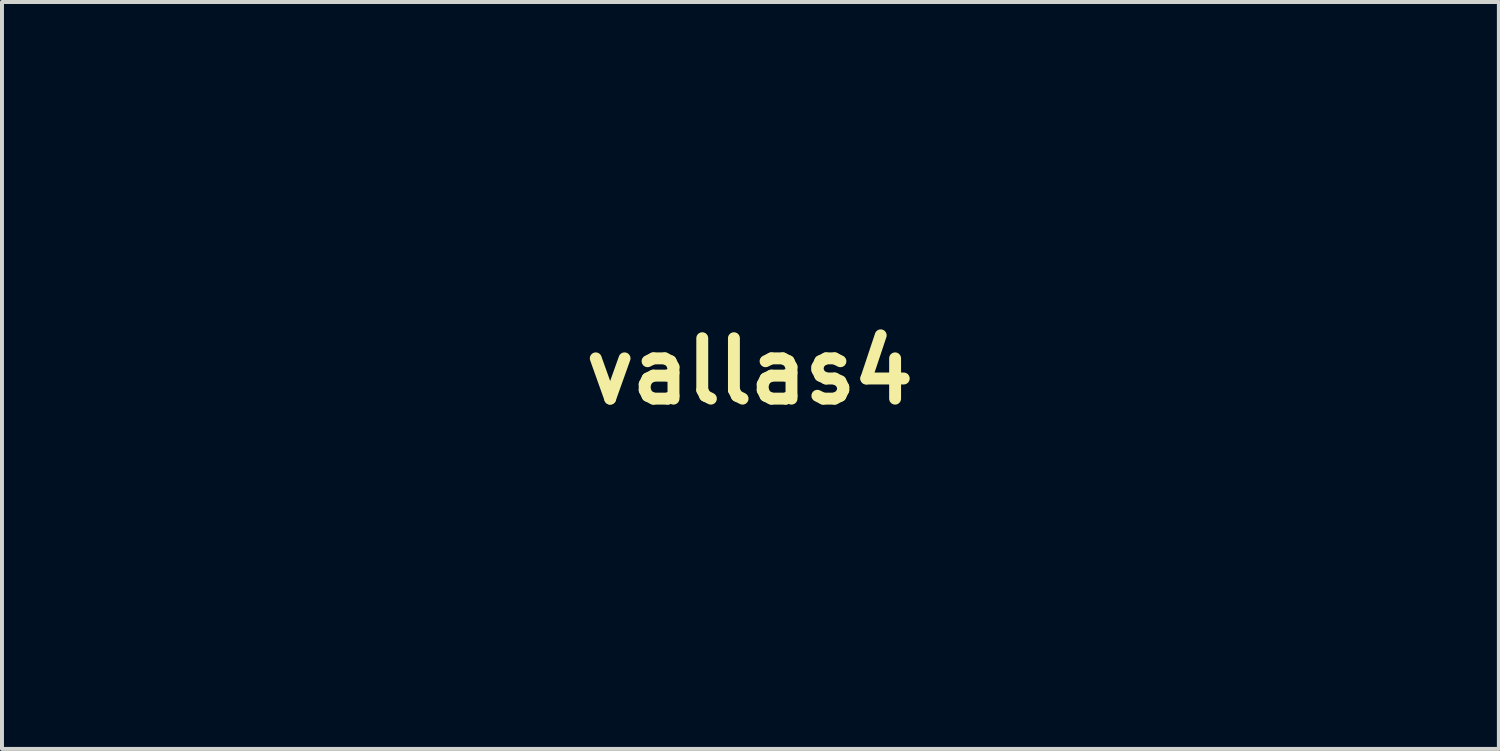
<source format=kicad_pcb>
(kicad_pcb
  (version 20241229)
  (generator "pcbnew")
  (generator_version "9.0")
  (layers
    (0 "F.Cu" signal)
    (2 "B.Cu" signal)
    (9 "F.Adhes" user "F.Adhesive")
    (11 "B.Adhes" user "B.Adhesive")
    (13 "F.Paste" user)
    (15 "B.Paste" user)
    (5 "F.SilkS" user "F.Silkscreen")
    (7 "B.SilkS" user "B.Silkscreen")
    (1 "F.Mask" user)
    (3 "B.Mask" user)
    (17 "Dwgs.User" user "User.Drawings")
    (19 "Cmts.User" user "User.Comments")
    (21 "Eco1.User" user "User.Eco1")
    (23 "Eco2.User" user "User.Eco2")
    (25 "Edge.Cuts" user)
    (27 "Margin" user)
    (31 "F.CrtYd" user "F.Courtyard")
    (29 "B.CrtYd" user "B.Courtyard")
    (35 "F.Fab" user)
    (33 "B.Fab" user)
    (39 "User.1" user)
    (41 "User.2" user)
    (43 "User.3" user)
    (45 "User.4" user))
  (footprint "vallas4"
    (layer "F.Cu")
    (at 15.854 6.312)
    (property "Reference" "vallas4" (at 0 0 0) (layer "F.SilkS") (effects (font (size 1.524 1.524) (thickness 0.3))))
    (attr through_hole)
    (fp_poly (pts (xy 1.151 1.262) (xy 1.22 1.839) (xy 1.261 2.742) (xy 1.27 3.59) (xy 1.27 6.121) (xy 4.763 6.264) (xy 0.847 6.35) (xy 0.847 3.704) (xy 0.863 2.558) (xy 0.909 1.706) (xy 0.982 1.193) (xy 1.058 1.058) (xy 1.151 1.262)) (stroke (width 0.01) (type solid)) (fill no) (layer "Eco2.User"))
    (fp_poly (pts (xy -3.505 1.262) (xy -3.437 1.839) (xy -3.396 2.742) (xy -3.387 3.59) (xy -3.387 6.121) (xy 0.106 6.264) (xy -1.852 6.307) (xy -3.81 6.35) (xy -3.81 3.704) (xy -3.794 2.558) (xy -3.747 1.706) (xy -3.674 1.193) (xy -3.598 1.058) (xy -3.505 1.262)) (stroke (width 0.01) (type solid)) (fill no) (layer "Eco2.User"))
    (fp_poly (pts (xy 8.491 1.324) (xy 8.769 1.824) (xy 9.134 2.533) (xy 9.544 3.362) (xy 9.955 4.223) (xy 10.324 5.026) (xy 10.609 5.684) (xy 10.767 6.107) (xy 10.785 6.191) (xy 10.634 6.345) (xy 10.583 6.35) (xy 10.378 6.206) (xy 10.372 6.162) (xy 10.286 5.905) (xy 10.054 5.352) (xy 9.711 4.585) (xy 9.338 3.781) (xy 8.303 1.587) (xy 7.186 3.969) (xy 6.746 4.876) (xy 6.356 5.624) (xy 6.056 6.14) (xy 5.887 6.349) (xy 5.88 6.35) (xy 5.757 6.226) (xy 5.77 6.191) (xy 5.884 5.948) (xy 6.138 5.398) (xy 6.495 4.619) (xy 6.92 3.688) (xy 6.987 3.541) (xy 7.427 2.617) (xy 7.823 1.859) (xy 8.135 1.338) (xy 8.324 1.123) (xy 8.342 1.123) (xy 8.491 1.324)) (stroke (width 0.01) (type solid)) (fill no) (layer "Eco2.User"))
    (fp_poly (pts (xy -10.164 1.243) (xy -10.289 1.679) (xy -10.547 2.335) (xy -10.7 2.68) (xy -11.117 3.598) (xy -11.527 4.512) (xy -11.852 5.247) (xy -11.894 5.345) (xy -12.184 5.915) (xy -12.452 6.279) (xy -12.573 6.35) (xy -12.744 6.167) (xy -13.04 5.665) (xy -13.422 4.918) (xy -13.852 3.997) (xy -13.942 3.794) (xy -14.35 2.839) (xy -14.673 2.027) (xy -14.882 1.433) (xy -14.95 1.133) (xy -14.944 1.115) (xy -14.838 1.188) (xy -14.626 1.539) (xy -14.295 2.193) (xy -13.834 3.174) (xy -13.229 4.507) (xy -12.84 5.379) (xy -12.721 5.624) (xy -12.611 5.722) (xy -12.474 5.624) (xy -12.276 5.285) (xy -11.981 4.656) (xy -11.554 3.691) (xy -11.511 3.594) (xy -11.087 2.667) (xy -10.701 1.892) (xy -10.393 1.347) (xy -10.206 1.109) (xy -10.199 1.107) (xy -10.164 1.243)) (stroke (width 0.01) (type solid)) (fill no) (layer "Eco2.User"))
    (fp_poly (pts (xy -6.075 -6.116) (xy -5.562 -6.023) (xy -5.188 -5.819) (xy -4.941 -5.595) (xy -4.57 -5.123) (xy -4.493 -4.644) (xy -4.532 -4.381) (xy -4.754 -3.722) (xy -5.157 -3.311) (xy -5.83 -3.085) (xy -6.445 -3.008) (xy -7.62 -2.911) (xy -7.62 -1.561) (xy -7.642 -0.798) (xy -7.72 -0.377) (xy -7.873 -0.219) (xy -7.938 -0.212) (xy -8.066 -0.271) (xy -8.155 -0.489) (xy -8.212 -0.927) (xy -8.243 -1.646) (xy -8.254 -2.705) (xy -8.255 -3.175) (xy -8.255 -5.503) (xy -7.62 -5.503) (xy -7.62 -3.598) (xy -6.683 -3.598) (xy -5.934 -3.683) (xy -5.436 -3.909) (xy -5.413 -3.931) (xy -5.122 -4.338) (xy -5.149 -4.769) (xy -5.299 -5.094) (xy -5.543 -5.355) (xy -5.987 -5.478) (xy -6.569 -5.503) (xy -7.62 -5.503) (xy -8.255 -5.503) (xy -8.255 -6.138) (xy -6.87 -6.138) (xy -6.075 -6.116)) (stroke (width 0.01) (type solid)) (fill no) (layer "Eco2.User"))
    (fp_poly (pts (xy -7.092 1.24) (xy -6.809 1.737) (xy -6.432 2.476) (xy -6 3.386) (xy -5.927 3.545) (xy -5.493 4.495) (xy -5.12 5.307) (xy -4.844 5.903) (xy -4.702 6.205) (xy -4.695 6.219) (xy -4.751 6.339) (xy -4.848 6.322) (xy -5.032 6.105) (xy -5.336 5.582) (xy -5.717 4.837) (xy -6.048 4.129) (xy -6.45 3.254) (xy -6.802 2.522) (xy -7.062 2.021) (xy -7.173 1.844) (xy -7.32 1.956) (xy -7.593 2.391) (xy -7.953 3.08) (xy -8.362 3.954) (xy -8.384 4.003) (xy -8.796 4.905) (xy -9.158 5.646) (xy -9.431 6.151) (xy -9.576 6.344) (xy -9.578 6.344) (xy -9.737 6.264) (xy -9.737 6.262) (xy -9.651 5.96) (xy -9.42 5.388) (xy -9.086 4.634) (xy -8.691 3.782) (xy -8.275 2.92) (xy -7.879 2.133) (xy -7.545 1.508) (xy -7.315 1.13) (xy -7.242 1.058) (xy -7.092 1.24)) (stroke (width 0.01) (type solid)) (fill no) (layer "Eco2.User"))
    (fp_poly (pts (xy 0.185 -6.284) (xy 1.141 -5.934) (xy 1.937 -5.303) (xy 2.497 -4.434) (xy 2.746 -3.374) (xy 2.752 -3.175) (xy 2.566 -2.079) (xy 2.059 -1.175) (xy 1.304 -0.506) (xy 0.377 -0.114) (xy -0.649 -0.042) (xy -1.698 -0.334) (xy -1.96 -0.471) (xy -2.651 -1.06) (xy -3.213 -1.881) (xy -3.547 -2.768) (xy -3.598 -3.209) (xy -3.571 -3.34) (xy -2.908 -3.34) (xy -2.8 -2.451) (xy -2.396 -1.678) (xy -1.762 -1.083) (xy -0.961 -0.726) (xy -0.058 -0.669) (xy 0.844 -0.951) (xy 1.588 -1.508) (xy 1.999 -2.269) (xy 2.117 -3.219) (xy 2.05 -3.976) (xy 1.801 -4.543) (xy 1.535 -4.878) (xy 0.766 -5.454) (xy -0.129 -5.693) (xy -1.046 -5.608) (xy -1.879 -5.214) (xy -2.525 -4.528) (xy -2.658 -4.284) (xy -2.908 -3.34) (xy -3.571 -3.34) (xy -3.437 -3.969) (xy -3.022 -4.796) (xy -2.452 -5.525) (xy -1.903 -5.957) (xy -0.855 -6.307) (xy 0.185 -6.284)) (stroke (width 0.01) (type solid)) (fill no) (layer "Eco2.User"))
    (fp_poly (pts (xy -12.17 -6.283) (xy -11.282 -6.097) (xy -10.49 -5.788) (xy -9.956 -5.406) (xy -9.941 -5.389) (xy -9.834 -5.097) (xy -10.015 -4.942) (xy -10.363 -4.952) (xy -10.758 -5.154) (xy -10.801 -5.191) (xy -11.259 -5.436) (xy -11.937 -5.62) (xy -12.261 -5.666) (xy -13.315 -5.597) (xy -14.173 -5.22) (xy -14.799 -4.607) (xy -15.156 -3.832) (xy -15.209 -2.966) (xy -14.921 -2.083) (xy -14.396 -1.386) (xy -13.98 -1.019) (xy -13.571 -0.824) (xy -13.008 -0.75) (xy -12.466 -0.741) (xy -11.718 -0.763) (xy -11.245 -0.863) (xy -10.902 -1.088) (xy -10.671 -1.335) (xy -10.247 -1.916) (xy -10.184 -2.289) (xy -10.494 -2.486) (xy -11.13 -2.54) (xy -11.76 -2.581) (xy -12.012 -2.711) (xy -12.012 -2.805) (xy -11.738 -2.975) (xy -11.077 -3.06) (xy -10.672 -3.069) (xy -9.976 -3.059) (xy -9.61 -3.001) (xy -9.478 -2.853) (xy -9.486 -2.571) (xy -9.491 -2.54) (xy -9.815 -1.527) (xy -10.439 -0.748) (xy -11.287 -0.236) (xy -12.286 -0.025) (xy -13.363 -0.145) (xy -14.159 -0.465) (xy -15.05 -1.142) (xy -15.608 -1.986) (xy -15.849 -2.921) (xy -15.789 -3.871) (xy -15.442 -4.762) (xy -14.823 -5.516) (xy -13.948 -6.059) (xy -12.996 -6.3) (xy -12.17 -6.283)) (stroke (width 0.01) (type solid)) (fill no) (layer "Eco2.User"))
    (fp_poly (pts (xy 13.998 1.103) (xy 14.741 1.306) (xy 15.323 1.639) (xy 15.637 2.079) (xy 15.663 2.26) (xy 15.551 2.357) (xy 15.215 2.098) (xy 15.049 1.927) (xy 14.506 1.464) (xy 13.926 1.284) (xy 13.615 1.27) (xy 12.77 1.399) (xy 12.163 1.752) (xy 11.869 2.278) (xy 11.853 2.451) (xy 11.943 2.815) (xy 12.252 3.099) (xy 12.844 3.337) (xy 13.781 3.561) (xy 14.061 3.615) (xy 15.031 3.915) (xy 15.644 4.362) (xy 15.882 4.926) (xy 15.728 5.575) (xy 15.487 5.936) (xy 14.94 6.314) (xy 14.154 6.511) (xy 13.275 6.516) (xy 12.449 6.32) (xy 12.118 6.153) (xy 11.674 5.828) (xy 11.441 5.565) (xy 11.43 5.524) (xy 11.36 5.166) (xy 11.302 4.991) (xy 11.302 4.709) (xy 11.407 4.657) (xy 11.623 4.824) (xy 11.642 4.934) (xy 11.833 5.458) (xy 12.338 5.877) (xy 13.048 6.145) (xy 13.857 6.218) (xy 14.446 6.123) (xy 15.089 5.831) (xy 15.394 5.371) (xy 15.448 4.916) (xy 15.365 4.585) (xy 15.068 4.318) (xy 14.493 4.082) (xy 13.578 3.844) (xy 13.268 3.776) (xy 12.331 3.462) (xy 11.717 3.017) (xy 11.451 2.485) (xy 11.56 1.911) (xy 11.893 1.49) (xy 12.466 1.172) (xy 13.204 1.051) (xy 13.998 1.103)) (stroke (width 0.01) (type solid)) (fill no) (layer "Eco2.User")))
  (gr_rect
    (start -3 -3)
    (end 34.742 15.833)
    (stroke (width 0.1) (type default))
    (fill no)
    (layer "Edge.Cuts")))
</source>
